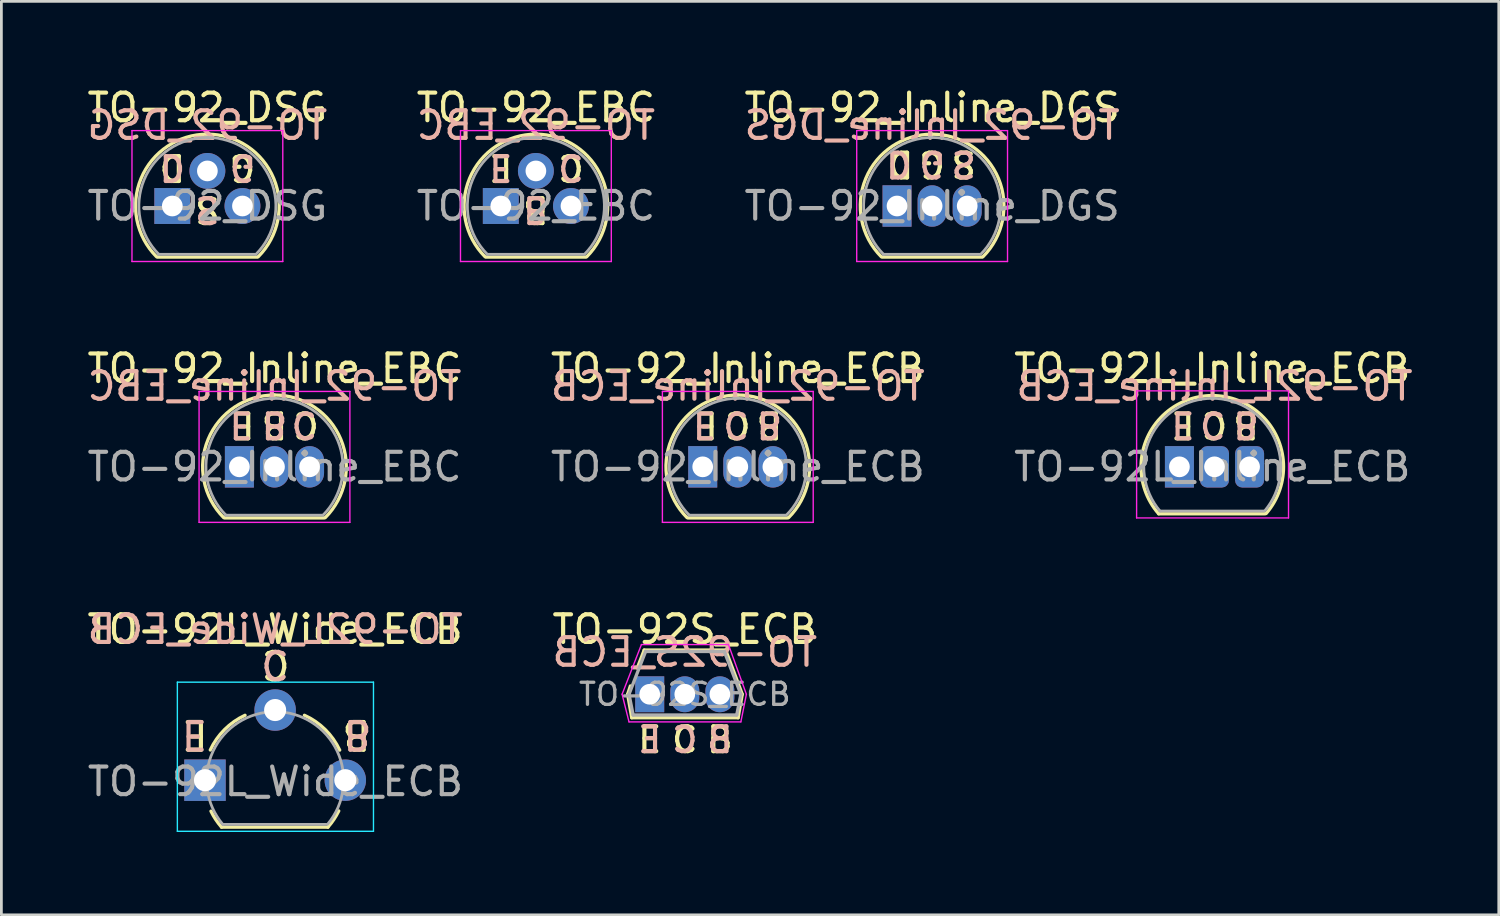
<source format=kicad_pcb>
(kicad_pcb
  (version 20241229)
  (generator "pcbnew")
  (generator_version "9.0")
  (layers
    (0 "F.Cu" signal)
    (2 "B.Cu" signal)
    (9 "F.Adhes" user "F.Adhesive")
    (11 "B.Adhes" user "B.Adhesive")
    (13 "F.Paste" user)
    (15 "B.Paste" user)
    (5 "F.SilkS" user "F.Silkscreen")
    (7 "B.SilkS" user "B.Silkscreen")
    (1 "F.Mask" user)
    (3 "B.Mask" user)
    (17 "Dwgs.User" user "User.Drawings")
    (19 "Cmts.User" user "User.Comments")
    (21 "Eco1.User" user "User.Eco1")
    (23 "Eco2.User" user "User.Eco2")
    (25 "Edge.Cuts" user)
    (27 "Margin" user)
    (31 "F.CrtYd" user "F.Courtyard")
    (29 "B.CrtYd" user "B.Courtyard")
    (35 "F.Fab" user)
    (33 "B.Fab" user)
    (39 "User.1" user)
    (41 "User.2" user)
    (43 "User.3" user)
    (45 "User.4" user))
  (footprint "TO-92S_ECB"
    (layer "F.Cu")
    (at 20.472 22.085)
    (property "Reference" "TO-92S_ECB" (at 1.27 -2.35 0) (layer "F.SilkS") (effects (font (size 1 1) (thickness 0.15))))
    (fp_line (start -0.8 0) (end -0.65 0.85) (stroke (width 0.12) (type solid)) (layer "F.SilkS"))
    (fp_line (start -0.7 -0.3) (end -0.8 0) (stroke (width 0.12) (type solid)) (layer "F.SilkS"))
    (fp_line (start -0.65 0.85) (end 3.2 0.85) (stroke (width 0.12) (type solid)) (layer "F.SilkS"))
    (fp_line (start -0.2 -1.6) (end -0.45 -0.95) (stroke (width 0.12) (type solid)) (layer "F.SilkS"))
    (fp_line (start 2.75 -1.6) (end -0.2 -1.6) (stroke (width 0.12) (type solid)) (layer "F.SilkS"))
    (fp_line (start 3.2 0.85) (end 3.35 0) (stroke (width 0.12) (type solid)) (layer "F.SilkS"))
    (fp_line (start 3.35 0) (end 2.75 -1.6) (stroke (width 0.12) (type solid)) (layer "F.SilkS"))
    (fp_line (start -1 0) (end -0.75 1) (stroke (width 0.05) (type solid)) (layer "F.CrtYd"))
    (fp_line (start -0.75 1) (end 3.3 1) (stroke (width 0.05) (type solid)) (layer "F.CrtYd"))
    (fp_line (start -0.3 -1.8) (end -1 0) (stroke (width 0.05) (type solid)) (layer "F.CrtYd"))
    (fp_line (start 2.85 -1.8) (end -0.3 -1.8) (stroke (width 0.05) (type solid)) (layer "F.CrtYd"))
    (fp_line (start 3.3 1) (end 3.5 0) (stroke (width 0.05) (type solid)) (layer "F.CrtYd"))
    (fp_line (start 3.5 0) (end 2.85 -1.8) (stroke (width 0.05) (type solid)) (layer "F.CrtYd"))
    (fp_line (start -0.75 0) (end -0.15 -1.55) (stroke (width 0.12) (type solid)) (layer "F.Fab"))
    (fp_line (start -0.6 0.75) (end -0.75 0) (stroke (width 0.12) (type solid)) (layer "F.Fab"))
    (fp_line (start -0.6 0.75) (end 3.15 0.75) (stroke (width 0.12) (type solid)) (layer "F.Fab"))
    (fp_line (start -0.15 -1.55) (end 2.7 -1.55) (stroke (width 0.12) (type solid)) (layer "F.Fab"))
    (fp_line (start 3.15 0.75) (end 3.3 0) (stroke (width 0.12) (type solid)) (layer "F.Fab"))
    (fp_line (start 3.3 0) (end 2.7 -1.55) (stroke (width 0.12) (type solid)) (layer "F.Fab"))
    (fp_text user "B" (at 2.54 1.651 0) (unlocked yes) (layer "F.SilkS") (effects (font (size 0.9 0.9) (thickness 0.15))))
    (fp_text user "E" (at 0 1.651 0) (unlocked yes) (layer "F.SilkS") (effects (font (size 0.9 0.9) (thickness 0.15))))
    (fp_text user "C" (at 1.27 1.651 0) (unlocked yes) (layer "F.SilkS") (effects (font (size 0.9 0.9) (thickness 0.15))))
    (fp_text user "${REFERENCE}" (at 1.27 -1.524 0) (layer "B.SilkS") (effects (font (size 1 1) (thickness 0.15)) (justify mirror)))
    (fp_text user "E" (at 0 1.651 0) (unlocked yes) (layer "B.SilkS") (effects (font (size 0.9 0.9) (thickness 0.15)) (justify mirror)))
    (fp_text user "B" (at 2.54 1.651 0) (unlocked yes) (layer "B.SilkS") (effects (font (size 0.9 0.9) (thickness 0.15)) (justify mirror)))
    (fp_text user "C" (at 1.27 1.651 0) (unlocked yes) (layer "B.SilkS") (effects (font (size 0.9 0.9) (thickness 0.15)) (justify mirror)))
    (fp_text user "${REFERENCE}" (at 1.27 0 0) (layer "F.Fab") (effects (font (size 0.8 0.8) (thickness 0.12))))
    (pad "1" thru_hole rect (at 0 0 180) (size 1.05 1.3) (drill 0.75) (layers "*.Cu" "*.Mask"))
    (pad "2" thru_hole oval (at 1.27 0 180) (size 1.05 1.3) (drill 0.75) (layers "*.Cu" "*.Mask"))
    (pad "3" thru_hole oval (at 2.54 0 180) (size 1.05 1.3) (drill 0.75) (layers "*.Cu" "*.Mask")))
  (footprint "TO-92L_Inline_ECB"
    (layer "F.Cu")
    (at 39.649 13.851)
    (property "Reference" "TO-92L_Inline_ECB" (at 1.19 -3.56 0) (layer "F.SilkS") (effects (font (size 1 1) (thickness 0.15))))
    (fp_line (start -0.75 1.7) (end 3.1 1.7) (stroke (width 0.12) (type solid)) (layer "F.SilkS"))
    (fp_arc (start -0.75 1.7) (mid 1.183448 -2.579449) (end 3.138611 1.690122) (stroke (width 0.12) (type solid)) (layer "F.SilkS"))
    (fp_line (start -1.55 -2.75) (end -1.55 1.85) (stroke (width 0.05) (type solid)) (layer "F.CrtYd"))
    (fp_line (start -1.55 -2.75) (end 3.95 -2.75) (stroke (width 0.05) (type solid)) (layer "F.CrtYd"))
    (fp_line (start 3.95 1.85) (end -1.55 1.85) (stroke (width 0.05) (type solid)) (layer "F.CrtYd"))
    (fp_line (start 3.95 1.85) (end 3.95 -2.75) (stroke (width 0.05) (type solid)) (layer "F.CrtYd"))
    (fp_line (start -0.7 1.6) (end 3.05 1.6) (stroke (width 0.1) (type solid)) (layer "F.Fab"))
    (fp_arc (start -0.702818 1.602385) (mid -1.059924 -1.043188) (end 1.19 -2.48) (stroke (width 0.1) (type solid)) (layer "F.Fab"))
    (fp_arc (start 1.19 -2.48) (mid 3.437211 -1.049019) (end 3.091103 1.592547) (stroke (width 0.1) (type solid)) (layer "F.Fab"))
    (fp_text user "B" (at 2.413 -1.524 180) (unlocked yes) (layer "F.SilkS") (effects (font (size 0.9 0.9) (thickness 0.15))))
    (fp_text user "E" (at 0.127 -1.524 180) (unlocked yes) (layer "F.SilkS") (effects (font (size 0.9 0.9) (thickness 0.15))))
    (fp_text user "C" (at 1.27 -1.524 180) (unlocked yes) (layer "F.SilkS") (effects (font (size 0.9 0.9) (thickness 0.15))))
    (fp_text user "E" (at 0.127 -1.524 180) (unlocked yes) (layer "B.SilkS") (effects (font (size 0.9 0.9) (thickness 0.15)) (justify mirror)))
    (fp_text user "C" (at 1.206 -1.524 180) (unlocked yes) (layer "B.SilkS") (effects (font (size 0.9 0.9) (thickness 0.15)) (justify mirror)))
    (fp_text user "B" (at 2.413 -1.524 180) (unlocked yes) (layer "B.SilkS") (effects (font (size 0.9 0.9) (thickness 0.15)) (justify mirror)))
    (fp_text user "${REFERENCE}" (at 1.27 -2.921 0) (layer "B.SilkS") (effects (font (size 1 1) (thickness 0.15)) (justify mirror)))
    (fp_text user "${REFERENCE}" (at 1.19 0 0) (layer "F.Fab") (effects (font (size 1 1) (thickness 0.15))))
    (pad "1" thru_hole rect (at 0 0) (size 1.05 1.5) (drill 0.75) (layers "*.Cu" "*.Mask"))
    (pad "2" thru_hole roundrect (at 1.27 0) (size 1.05 1.5) (drill 0.75) (layers "*.Cu" "*.Mask") (roundrect_rratio 0.25))
    (pad "3" thru_hole roundrect (at 2.54 0) (size 1.05 1.5) (drill 0.75) (layers "*.Cu" "*.Mask") (roundrect_rratio 0.25)))
  (footprint "TO-92_Inline_DGS"
    (layer "F.Cu")
    (at 29.426 4.408)
    (property "Reference" "TO-92_Inline_DGS" (at 1.27 -3.56 0) (layer "F.SilkS") (effects (font (size 1 1) (thickness 0.15))))
    (fp_line (start -0.53 1.85) (end 3.07 1.85) (stroke (width 0.12) (type solid)) (layer "F.SilkS"))
    (fp_arc (start -0.568478 1.838478) (mid -1.132087 -0.994977) (end 1.27 -2.6) (stroke (width 0.12) (type solid)) (layer "F.SilkS"))
    (fp_arc (start 1.27 -2.6) (mid 3.672087 -0.994977) (end 3.108478 1.838478) (stroke (width 0.12) (type solid)) (layer "F.SilkS"))
    (fp_line (start -1.46 -2.73) (end -1.46 2.01) (stroke (width 0.05) (type solid)) (layer "F.CrtYd"))
    (fp_line (start -1.46 -2.73) (end 4 -2.73) (stroke (width 0.05) (type solid)) (layer "F.CrtYd"))
    (fp_line (start 4 2.01) (end -1.46 2.01) (stroke (width 0.05) (type solid)) (layer "F.CrtYd"))
    (fp_line (start 4 2.01) (end 4 -2.73) (stroke (width 0.05) (type solid)) (layer "F.CrtYd"))
    (fp_line (start -0.5 1.75) (end 3 1.75) (stroke (width 0.1) (type solid)) (layer "F.Fab"))
    (fp_arc (start -0.483625 1.753625) (mid -1.021221 -0.949055) (end 1.27 -2.48) (stroke (width 0.1) (type solid)) (layer "F.Fab"))
    (fp_arc (start 1.27 -2.48) (mid 3.561221 -0.949055) (end 3.023625 1.753625) (stroke (width 0.1) (type solid)) (layer "F.Fab"))
    (fp_text user "G" (at 1.27 -1.524 180) (unlocked yes) (layer "F.SilkS") (effects (font (size 0.9 0.9) (thickness 0.15))))
    (fp_text user "D" (at 0.127 -1.524 180) (unlocked yes) (layer "F.SilkS") (effects (font (size 0.9 0.9) (thickness 0.15))))
    (fp_text user "S" (at 2.413 -1.524 180) (unlocked yes) (layer "F.SilkS") (effects (font (size 0.9 0.9) (thickness 0.15))))
    (fp_text user "S" (at 2.413 -1.524 180) (unlocked yes) (layer "B.SilkS") (effects (font (size 0.9 0.9) (thickness 0.15)) (justify mirror)))
    (fp_text user "${REFERENCE}" (at 1.27 -2.921 0) (layer "B.SilkS") (effects (font (size 1 1) (thickness 0.15)) (justify mirror)))
    (fp_text user "D" (at 0.064 -1.524 180) (unlocked yes) (layer "B.SilkS") (effects (font (size 0.9 0.9) (thickness 0.15)) (justify mirror)))
    (fp_text user "G" (at 1.27 -1.524 180) (unlocked yes) (layer "B.SilkS") (effects (font (size 0.9 0.9) (thickness 0.15)) (justify mirror)))
    (fp_text user "${REFERENCE}" (at 1.27 0 0) (layer "F.Fab") (effects (font (size 1 1) (thickness 0.15))))
    (pad "1" thru_hole rect (at 0 0) (size 1.05 1.5) (drill 0.75) (layers "*.Cu" "*.Mask"))
    (pad "2" thru_hole oval (at 1.27 0) (size 1.05 1.5) (drill 0.75) (layers "*.Cu" "*.Mask"))
    (pad "3" thru_hole oval (at 2.54 0) (size 1.05 1.5) (drill 0.75) (layers "*.Cu" "*.Mask")))
  (footprint "TO-92_DSG"
    (layer "F.Cu")
    (at 3.188 4.408)
    (property "Reference" "TO-92_DSG" (at 1.27 -3.56 0) (layer "F.SilkS") (effects (font (size 1 1) (thickness 0.15))))
    (fp_line (start -0.53 1.85) (end 3.07 1.85) (stroke (width 0.12) (type solid)) (layer "F.SilkS"))
    (fp_arc (start -0.568478 1.838478) (mid -1.132087 -0.994977) (end 1.27 -2.6) (stroke (width 0.12) (type solid)) (layer "F.SilkS"))
    (fp_arc (start 1.27 -2.6) (mid 3.672087 -0.994977) (end 3.108478 1.838478) (stroke (width 0.12) (type solid)) (layer "F.SilkS"))
    (fp_line (start -1.46 -2.73) (end -1.46 2.01) (stroke (width 0.05) (type solid)) (layer "F.CrtYd"))
    (fp_line (start -1.46 -2.73) (end 4 -2.73) (stroke (width 0.05) (type solid)) (layer "F.CrtYd"))
    (fp_line (start 4 2.01) (end -1.46 2.01) (stroke (width 0.05) (type solid)) (layer "F.CrtYd"))
    (fp_line (start 4 2.01) (end 4 -2.73) (stroke (width 0.05) (type solid)) (layer "F.CrtYd"))
    (fp_line (start -0.5 1.75) (end 3 1.75) (stroke (width 0.1) (type solid)) (layer "F.Fab"))
    (fp_arc (start -0.483625 1.753625) (mid -1.021221 -0.949055) (end 1.27 -2.48) (stroke (width 0.1) (type solid)) (layer "F.Fab"))
    (fp_arc (start 1.27 -2.48) (mid 3.561221 -0.949055) (end 3.023625 1.753625) (stroke (width 0.1) (type solid)) (layer "F.Fab"))
    (fp_text user "S" (at 1.27 0.127 180) (unlocked yes) (layer "F.SilkS") (effects (font (size 0.9 0.9) (thickness 0.15))))
    (fp_text user "D" (at 0 -1.397 180) (unlocked yes) (layer "F.SilkS") (effects (font (size 0.9 0.9) (thickness 0.15))))
    (fp_text user "G" (at 2.54 -1.397 180) (unlocked yes) (layer "F.SilkS") (effects (font (size 0.9 0.9) (thickness 0.15))))
    (fp_text user "G" (at 2.54 -1.397 180) (unlocked yes) (layer "B.SilkS") (effects (font (size 0.9 0.9) (thickness 0.15)) (justify mirror)))
    (fp_text user "S" (at 1.27 0.127 180) (unlocked yes) (layer "B.SilkS") (effects (font (size 0.9 0.9) (thickness 0.15)) (justify mirror)))
    (fp_text user "${REFERENCE}" (at 1.27 -2.921 0) (layer "B.SilkS") (effects (font (size 1 1) (thickness 0.15)) (justify mirror)))
    (fp_text user "D" (at 0 -1.397 180) (unlocked yes) (layer "B.SilkS") (effects (font (size 0.9 0.9) (thickness 0.15)) (justify mirror)))
    (fp_text user "${REFERENCE}" (at 1.27 0 0) (layer "F.Fab") (effects (font (size 1 1) (thickness 0.15))))
    (pad "1" thru_hole rect (at 0 0 90) (size 1.3 1.3) (drill 0.75) (layers "*.Cu" "*.Mask"))
    (pad "2" thru_hole circle (at 1.27 -1.27 90) (size 1.3 1.3) (drill 0.75) (layers "*.Cu" "*.Mask"))
    (pad "3" thru_hole circle (at 2.54 0 90) (size 1.3 1.3) (drill 0.75) (layers "*.Cu" "*.Mask")))
  (footprint "TO-92_Inline_ECB"
    (layer "F.Cu")
    (at 22.391 13.851)
    (property "Reference" "TO-92_Inline_ECB" (at 1.27 -3.56 0) (layer "F.SilkS") (effects (font (size 1 1) (thickness 0.15))))
    (fp_line (start -0.53 1.85) (end 3.07 1.85) (stroke (width 0.12) (type solid)) (layer "F.SilkS"))
    (fp_arc (start -0.568478 1.838478) (mid -1.132087 -0.994977) (end 1.27 -2.6) (stroke (width 0.12) (type solid)) (layer "F.SilkS"))
    (fp_arc (start 1.27 -2.6) (mid 3.672087 -0.994977) (end 3.108478 1.838478) (stroke (width 0.12) (type solid)) (layer "F.SilkS"))
    (fp_line (start -1.46 -2.73) (end -1.46 2.01) (stroke (width 0.05) (type solid)) (layer "F.CrtYd"))
    (fp_line (start -1.46 -2.73) (end 4 -2.73) (stroke (width 0.05) (type solid)) (layer "F.CrtYd"))
    (fp_line (start 4 2.01) (end -1.46 2.01) (stroke (width 0.05) (type solid)) (layer "F.CrtYd"))
    (fp_line (start 4 2.01) (end 4 -2.73) (stroke (width 0.05) (type solid)) (layer "F.CrtYd"))
    (fp_line (start -0.5 1.75) (end 3 1.75) (stroke (width 0.1) (type solid)) (layer "F.Fab"))
    (fp_arc (start -0.483625 1.753625) (mid -1.021221 -0.949055) (end 1.27 -2.48) (stroke (width 0.1) (type solid)) (layer "F.Fab"))
    (fp_arc (start 1.27 -2.48) (mid 3.561221 -0.949055) (end 3.023625 1.753625) (stroke (width 0.1) (type solid)) (layer "F.Fab"))
    (fp_text user "C" (at 1.27 -1.524 180) (unlocked yes) (layer "F.SilkS") (effects (font (size 0.9 0.9) (thickness 0.15))))
    (fp_text user "B" (at 2.413 -1.524 180) (unlocked yes) (layer "F.SilkS") (effects (font (size 0.9 0.9) (thickness 0.15))))
    (fp_text user "E" (at 0.127 -1.524 180) (unlocked yes) (layer "F.SilkS") (effects (font (size 0.9 0.9) (thickness 0.15))))
    (fp_text user "C" (at 1.206 -1.524 180) (unlocked yes) (layer "B.SilkS") (effects (font (size 0.9 0.9) (thickness 0.15)) (justify mirror)))
    (fp_text user "${REFERENCE}" (at 1.27 -2.921 0) (layer "B.SilkS") (effects (font (size 1 1) (thickness 0.15)) (justify mirror)))
    (fp_text user "E" (at 0.064 -1.524 180) (unlocked yes) (layer "B.SilkS") (effects (font (size 0.9 0.9) (thickness 0.15)) (justify mirror)))
    (fp_text user "B" (at 2.413 -1.524 180) (unlocked yes) (layer "B.SilkS") (effects (font (size 0.9 0.9) (thickness 0.15)) (justify mirror)))
    (fp_text user "${REFERENCE}" (at 1.27 0 0) (layer "F.Fab") (effects (font (size 1 1) (thickness 0.15))))
    (pad "1" thru_hole rect (at 0 0) (size 1.05 1.5) (drill 0.75) (layers "*.Cu" "*.Mask"))
    (pad "2" thru_hole oval (at 1.27 0) (size 1.05 1.5) (drill 0.75) (layers "*.Cu" "*.Mask"))
    (pad "3" thru_hole oval (at 2.54 0) (size 1.05 1.5) (drill 0.75) (layers "*.Cu" "*.Mask")))
  (footprint "TO-92_Inline_EBC"
    (layer "F.Cu")
    (at 5.617 13.851)
    (property "Reference" "TO-92_Inline_EBC" (at 1.27 -3.56 0) (layer "F.SilkS") (effects (font (size 1 1) (thickness 0.15))))
    (fp_line (start -0.53 1.85) (end 3.07 1.85) (stroke (width 0.12) (type solid)) (layer "F.SilkS"))
    (fp_arc (start -0.568478 1.838478) (mid -1.132087 -0.994977) (end 1.27 -2.6) (stroke (width 0.12) (type solid)) (layer "F.SilkS"))
    (fp_arc (start 1.27 -2.6) (mid 3.672087 -0.994977) (end 3.108478 1.838478) (stroke (width 0.12) (type solid)) (layer "F.SilkS"))
    (fp_line (start -1.46 -2.73) (end -1.46 2.01) (stroke (width 0.05) (type solid)) (layer "F.CrtYd"))
    (fp_line (start -1.46 -2.73) (end 4 -2.73) (stroke (width 0.05) (type solid)) (layer "F.CrtYd"))
    (fp_line (start 4 2.01) (end -1.46 2.01) (stroke (width 0.05) (type solid)) (layer "F.CrtYd"))
    (fp_line (start 4 2.01) (end 4 -2.73) (stroke (width 0.05) (type solid)) (layer "F.CrtYd"))
    (fp_line (start -0.5 1.75) (end 3 1.75) (stroke (width 0.1) (type solid)) (layer "F.Fab"))
    (fp_arc (start -0.483625 1.753625) (mid -1.021221 -0.949055) (end 1.27 -2.48) (stroke (width 0.1) (type solid)) (layer "F.Fab"))
    (fp_arc (start 1.27 -2.48) (mid 3.561221 -0.949055) (end 3.023625 1.753625) (stroke (width 0.1) (type solid)) (layer "F.Fab"))
    (fp_text user "E" (at 0.127 -1.524 180) (unlocked yes) (layer "F.SilkS") (effects (font (size 0.9 0.9) (thickness 0.15))))
    (fp_text user "C" (at 2.413 -1.524 180) (unlocked yes) (layer "F.SilkS") (effects (font (size 0.9 0.9) (thickness 0.15))))
    (fp_text user "B" (at 1.27 -1.524 180) (unlocked yes) (layer "F.SilkS") (effects (font (size 0.9 0.9) (thickness 0.15))))
    (fp_text user "C" (at 2.349 -1.524 180) (unlocked yes) (layer "B.SilkS") (effects (font (size 0.9 0.9) (thickness 0.15)) (justify mirror)))
    (fp_text user "E" (at 0.064 -1.524 180) (unlocked yes) (layer "B.SilkS") (effects (font (size 0.9 0.9) (thickness 0.15)) (justify mirror)))
    (fp_text user "${REFERENCE}" (at 1.27 -2.921 0) (layer "B.SilkS") (effects (font (size 1 1) (thickness 0.15)) (justify mirror)))
    (fp_text user "B" (at 1.27 -1.524 180) (unlocked yes) (layer "B.SilkS") (effects (font (size 0.9 0.9) (thickness 0.15)) (justify mirror)))
    (fp_text user "${REFERENCE}" (at 1.27 0 0) (layer "F.Fab") (effects (font (size 1 1) (thickness 0.15))))
    (pad "1" thru_hole rect (at 0 0) (size 1.05 1.5) (drill 0.75) (layers "*.Cu" "*.Mask"))
    (pad "2" thru_hole oval (at 1.27 0) (size 1.05 1.5) (drill 0.75) (layers "*.Cu" "*.Mask"))
    (pad "3" thru_hole oval (at 2.54 0) (size 1.05 1.5) (drill 0.75) (layers "*.Cu" "*.Mask")))
  (footprint "TO-92_EBC"
    (layer "F.Cu")
    (at 15.081 4.408)
    (property "Reference" "TO-92_EBC" (at 1.27 -3.56 0) (layer "F.SilkS") (effects (font (size 1 1) (thickness 0.15))))
    (fp_line (start -0.53 1.85) (end 3.07 1.85) (stroke (width 0.12) (type solid)) (layer "F.SilkS"))
    (fp_arc (start -0.568478 1.838478) (mid -1.132087 -0.994977) (end 1.27 -2.6) (stroke (width 0.12) (type solid)) (layer "F.SilkS"))
    (fp_arc (start 1.27 -2.6) (mid 3.672087 -0.994977) (end 3.108478 1.838478) (stroke (width 0.12) (type solid)) (layer "F.SilkS"))
    (fp_line (start -1.46 -2.73) (end -1.46 2.01) (stroke (width 0.05) (type solid)) (layer "F.CrtYd"))
    (fp_line (start -1.46 -2.73) (end 4 -2.73) (stroke (width 0.05) (type solid)) (layer "F.CrtYd"))
    (fp_line (start 4 2.01) (end -1.46 2.01) (stroke (width 0.05) (type solid)) (layer "F.CrtYd"))
    (fp_line (start 4 2.01) (end 4 -2.73) (stroke (width 0.05) (type solid)) (layer "F.CrtYd"))
    (fp_line (start -0.5 1.75) (end 3 1.75) (stroke (width 0.1) (type solid)) (layer "F.Fab"))
    (fp_arc (start -0.483625 1.753625) (mid -1.021221 -0.949055) (end 1.27 -2.48) (stroke (width 0.1) (type solid)) (layer "F.Fab"))
    (fp_arc (start 1.27 -2.48) (mid 3.561221 -0.949055) (end 3.023625 1.753625) (stroke (width 0.1) (type solid)) (layer "F.Fab"))
    (fp_text user "B" (at 1.27 0.127 180) (unlocked yes) (layer "F.SilkS") (effects (font (size 0.9 0.9) (thickness 0.15))))
    (fp_text user "E" (at 0 -1.397 180) (unlocked yes) (layer "F.SilkS") (effects (font (size 0.9 0.9) (thickness 0.15))))
    (fp_text user "C" (at 2.54 -1.397 180) (unlocked yes) (layer "F.SilkS") (effects (font (size 0.9 0.9) (thickness 0.15))))
    (fp_text user "${REFERENCE}" (at 1.27 -2.921 0) (layer "B.SilkS") (effects (font (size 1 1) (thickness 0.15)) (justify mirror)))
    (fp_text user "E" (at 0 -1.397 180) (unlocked yes) (layer "B.SilkS") (effects (font (size 0.9 0.9) (thickness 0.15)) (justify mirror)))
    (fp_text user "B" (at 1.27 0.127 180) (unlocked yes) (layer "B.SilkS") (effects (font (size 0.9 0.9) (thickness 0.15)) (justify mirror)))
    (fp_text user "C" (at 2.54 -1.397 180) (unlocked yes) (layer "B.SilkS") (effects (font (size 0.9 0.9) (thickness 0.15)) (justify mirror)))
    (fp_text user "${REFERENCE}" (at 1.27 0 0) (layer "F.Fab") (effects (font (size 1 1) (thickness 0.15))))
    (pad "1" thru_hole rect (at 0 0 90) (size 1.3 1.3) (drill 0.75) (layers "*.Cu" "*.Mask"))
    (pad "2" thru_hole circle (at 1.27 -1.27 90) (size 1.3 1.3) (drill 0.75) (layers "*.Cu" "*.Mask"))
    (pad "3" thru_hole circle (at 2.54 0 90) (size 1.3 1.3) (drill 0.75) (layers "*.Cu" "*.Mask")))
  (footprint "TO-92L_Wide_ECB"
    (layer "F.Cu")
    (at 4.371 25.196)
    (property "Reference" "TO-92L_Wide_ECB" (at 2.54 -5.461 0) (layer "F.SilkS") (effects (font (size 1 1) (thickness 0.15))))
    (fp_line (start 0.6 1.7) (end 4.45 1.7) (stroke (width 0.12) (type solid)) (layer "F.SilkS"))
    (fp_arc (start 0.192226 -1.094786) (mid 0.710119 -1.833613) (end 1.45 -2.35) (stroke (width 0.12) (type solid)) (layer "F.SilkS"))
    (fp_arc (start 0.6 1.7) (mid 0.389183 1.423933) (end 0.217369 1.122045) (stroke (width 0.12) (type solid)) (layer "F.SilkS"))
    (fp_arc (start 3.6 -2.35) (mid 4.351408 -1.834367) (end 4.876463 -1.089513) (stroke (width 0.12) (type solid)) (layer "F.SilkS"))
    (fp_arc (start 4.842383 1.112264) (mid 4.666594 1.419753) (end 4.45 1.7) (stroke (width 0.12) (type solid)) (layer "F.SilkS"))
    (fp_line (start -1 -3.55) (end -1 1.85) (stroke (width 0.05) (type solid)) (layer "B.CrtYd"))
    (fp_line (start -1 1.85) (end 6.1 1.85) (stroke (width 0.05) (type solid)) (layer "B.CrtYd"))
    (fp_line (start 6.1 -3.55) (end -1 -3.55) (stroke (width 0.05) (type solid)) (layer "B.CrtYd"))
    (fp_line (start 6.1 1.85) (end 6.1 -3.55) (stroke (width 0.05) (type solid)) (layer "B.CrtYd"))
    (fp_line (start 0.65 1.6) (end 4.4 1.6) (stroke (width 0.1) (type solid)) (layer "F.Fab"))
    (fp_arc (start 0.647182 1.602385) (mid 0.290076 -1.043188) (end 2.54 -2.48) (stroke (width 0.1) (type solid)) (layer "F.Fab"))
    (fp_arc (start 2.54 -2.48) (mid 4.787211 -1.049019) (end 4.441103 1.592547) (stroke (width 0.1) (type solid)) (layer "F.Fab"))
    (fp_text user "C" (at 2.559 -4.191 180) (unlocked yes) (layer "F.SilkS") (effects (font (size 1 1) (thickness 0.15))))
    (fp_text user "B" (at 5.48 -1.651 180) (unlocked yes) (layer "F.SilkS") (effects (font (size 1 1) (thickness 0.15))))
    (fp_text user "E" (at -0.362 -1.651 180) (unlocked yes) (layer "F.SilkS") (effects (font (size 1 1) (thickness 0.15))))
    (fp_text user "B" (at 5.524 -1.651 180) (unlocked yes) (layer "B.SilkS") (effects (font (size 1 1) (thickness 0.15)) (justify mirror)))
    (fp_text user "${REFERENCE}" (at 2.54 -5.461 0) (layer "B.SilkS") (effects (font (size 1 1) (thickness 0.15)) (justify mirror)))
    (fp_text user "C" (at 2.54 -4.191 180) (unlocked yes) (layer "B.SilkS") (effects (font (size 1 1) (thickness 0.15)) (justify mirror)))
    (fp_text user "E" (at -0.381 -1.651 180) (unlocked yes) (layer "B.SilkS") (effects (font (size 1 1) (thickness 0.15)) (justify mirror)))
    (fp_text user "${REFERENCE}" (at 2.55 0.05 0) (layer "F.Fab") (effects (font (size 1 1) (thickness 0.15))))
    (pad "1" thru_hole rect (at 0 0 90) (size 1.5 1.5) (drill 0.8) (layers "*.Cu" "*.Mask"))
    (pad "2" thru_hole circle (at 2.54 -2.54 90) (size 1.5 1.5) (drill 0.8) (layers "*.Cu" "*.Mask"))
    (pad "3" thru_hole circle (at 5.08 0 90) (size 1.5 1.5) (drill 0.8) (layers "*.Cu" "*.Mask")))
  (gr_rect
    (start -3 -3)
    (end 51.211 30.071)
    (stroke (width 0.1) (type default))
    (fill no)
    (layer "Edge.Cuts")))
</source>
